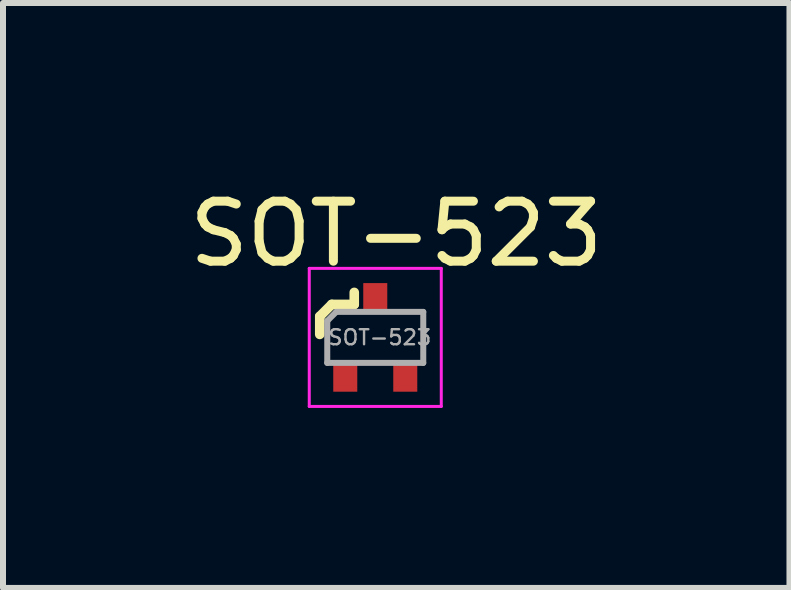
<source format=kicad_pcb>
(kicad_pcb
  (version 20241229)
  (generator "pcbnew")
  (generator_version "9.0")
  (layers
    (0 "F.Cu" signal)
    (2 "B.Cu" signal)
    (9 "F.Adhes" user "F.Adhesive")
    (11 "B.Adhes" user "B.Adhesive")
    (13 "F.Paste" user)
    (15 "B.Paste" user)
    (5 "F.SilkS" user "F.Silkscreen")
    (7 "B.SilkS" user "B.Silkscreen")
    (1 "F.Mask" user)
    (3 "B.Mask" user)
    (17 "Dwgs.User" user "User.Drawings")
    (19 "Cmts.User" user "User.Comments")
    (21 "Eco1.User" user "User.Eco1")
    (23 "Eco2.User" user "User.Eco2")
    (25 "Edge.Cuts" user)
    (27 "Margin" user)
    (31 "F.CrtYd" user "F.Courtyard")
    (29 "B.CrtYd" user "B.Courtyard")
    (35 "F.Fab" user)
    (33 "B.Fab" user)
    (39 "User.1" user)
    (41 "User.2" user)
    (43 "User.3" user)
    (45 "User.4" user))
  (footprint "SOT-523"
    (layer "F.Cu")
    (at 3.204 2.573)
    (property "Reference" "SOT-523" (at 0.35 -1.725 0) (layer "F.SilkS") (effects (font (size 1 1) (thickness 0.15))))
    (attr smd)
    (fp_line (start -0.925 -0.35) (end -0.725 -0.55) (stroke (width 0.16) (type solid)) (layer "F.SilkS"))
    (fp_line (start -0.925 -0.05) (end -0.925 -0.35) (stroke (width 0.16) (type solid)) (layer "F.SilkS"))
    (fp_line (start -0.725 -0.55) (end -0.35 -0.55) (stroke (width 0.16) (type solid)) (layer "F.SilkS"))
    (fp_line (start -0.35 -0.55) (end -0.35 -0.75) (stroke (width 0.16) (type solid)) (layer "F.SilkS"))
    (fp_line (start -1.1 -1.15) (end -1.1 1.15) (stroke (width 0.05) (type solid)) (layer "F.CrtYd"))
    (fp_line (start -1.1 -1.15) (end 1.1 -1.15) (stroke (width 0.05) (type solid)) (layer "F.CrtYd"))
    (fp_line (start -1.1 1.15) (end 1.1 1.15) (stroke (width 0.05) (type solid)) (layer "F.CrtYd"))
    (fp_line (start 1.1 -1.15) (end 1.1 1.15) (stroke (width 0.05) (type solid)) (layer "F.CrtYd"))
    (fp_line (start -0.8 -0.275) (end -0.8 0.425) (stroke (width 0.1) (type solid)) (layer "F.Fab"))
    (fp_line (start -0.65 -0.425) (end -0.8 -0.275) (stroke (width 0.1) (type solid)) (layer "F.Fab"))
    (fp_line (start 0.8 -0.425) (end -0.65 -0.425) (stroke (width 0.1) (type solid)) (layer "F.Fab"))
    (fp_line (start 0.8 -0.425) (end 0.8 0.425) (stroke (width 0.1) (type solid)) (layer "F.Fab"))
    (fp_line (start 0.8 0.425) (end -0.8 0.425) (stroke (width 0.1) (type solid)) (layer "F.Fab"))
    (fp_text user "${REFERENCE}" (at 0.075 0.00024 0) (layer "F.Fab") (effects (font (size 0.25 0.25) (thickness 0.04))))
    (pad "1" smd rect (at -0.5 0.65) (size 0.4 0.51) (layers "F.Cu" "F.Mask" "F.Paste"))
    (pad "2" smd rect (at 0.5 0.65) (size 0.4 0.51) (layers "F.Cu" "F.Mask" "F.Paste"))
    (pad "3" smd rect (at 0 -0.65) (size 0.4 0.51) (layers "F.Cu" "F.Mask" "F.Paste")))
  (gr_rect
    (start -3 -3)
    (end 10.107 6.748)
    (stroke (width 0.1) (type default))
    (fill no)
    (layer "Edge.Cuts")))
</source>
